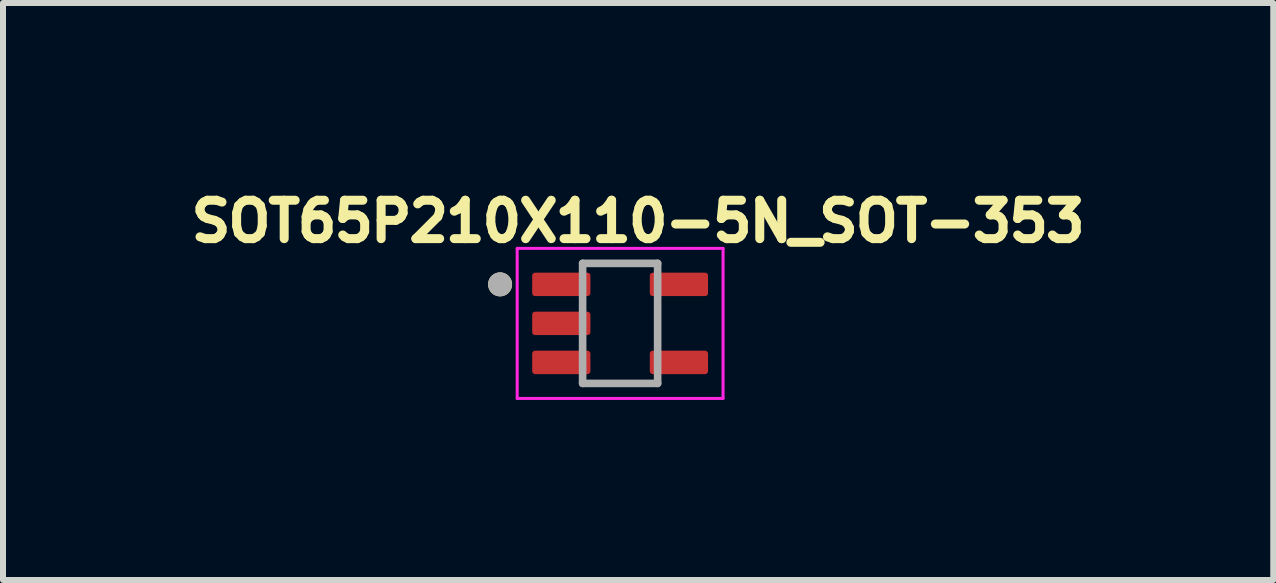
<source format=kicad_pcb>
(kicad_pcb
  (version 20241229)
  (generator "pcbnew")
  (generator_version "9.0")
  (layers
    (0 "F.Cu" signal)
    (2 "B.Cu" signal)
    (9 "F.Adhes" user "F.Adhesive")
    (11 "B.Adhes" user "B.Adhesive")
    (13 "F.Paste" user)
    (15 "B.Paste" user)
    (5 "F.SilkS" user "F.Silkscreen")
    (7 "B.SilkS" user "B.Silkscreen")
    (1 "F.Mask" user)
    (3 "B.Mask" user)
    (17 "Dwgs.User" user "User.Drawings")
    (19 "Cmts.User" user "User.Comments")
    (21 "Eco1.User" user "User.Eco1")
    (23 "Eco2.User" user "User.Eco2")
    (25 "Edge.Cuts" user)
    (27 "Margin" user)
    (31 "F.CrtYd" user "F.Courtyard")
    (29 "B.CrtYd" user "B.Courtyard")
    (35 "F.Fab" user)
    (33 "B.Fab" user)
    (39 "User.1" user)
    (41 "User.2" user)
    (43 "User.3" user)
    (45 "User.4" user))
  (footprint "SOT65P210X110-5N_SOT-353"
    (layer "F.Cu")
    (at 7.282 2.338)
    (property "Reference" "SOT65P210X110-5N_SOT-353" (at 0.3 -1.7 0) (layer "F.SilkS") (effects (font (size 0.64 0.64) (thickness 0.15))))
    (attr smd)
    (fp_circle (center -2 -0.65) (end -1.9 -0.65) (stroke (width 0.2) (type solid)) (fill no) (layer "F.SilkS"))
    (fp_line (start -1.715 -1.25) (end -1.715 1.25) (stroke (width 0.05) (type solid)) (layer "F.CrtYd"))
    (fp_line (start -1.715 1.25) (end 1.715 1.25) (stroke (width 0.05) (type solid)) (layer "F.CrtYd"))
    (fp_line (start 1.715 -1.25) (end -1.715 -1.25) (stroke (width 0.05) (type solid)) (layer "F.CrtYd"))
    (fp_line (start 1.715 1.25) (end 1.715 -1.25) (stroke (width 0.05) (type solid)) (layer "F.CrtYd"))
    (fp_line (start -0.625 -1) (end -0.625 1) (stroke (width 0.127) (type solid)) (layer "F.Fab"))
    (fp_line (start -0.625 1) (end 0.625 1) (stroke (width 0.127) (type solid)) (layer "F.Fab"))
    (fp_line (start 0.625 -1) (end -0.625 -1) (stroke (width 0.127) (type solid)) (layer "F.Fab"))
    (fp_line (start 0.625 1) (end 0.625 -1) (stroke (width 0.127) (type solid)) (layer "F.Fab"))
    (fp_circle (center -2 -0.65) (end -1.9 -0.65) (stroke (width 0.2) (type solid)) (fill no) (layer "F.Fab"))
    (pad "1" smd roundrect (at -0.98 -0.65) (size 0.97 0.39) (layers "F.Cu" "F.Mask" "F.Paste") (roundrect_rratio 0.125))
    (pad "2" smd roundrect (at -0.98 0) (size 0.97 0.39) (layers "F.Cu" "F.Mask" "F.Paste") (roundrect_rratio 0.125))
    (pad "3" smd roundrect (at -0.98 0.65) (size 0.97 0.39) (layers "F.Cu" "F.Mask" "F.Paste") (roundrect_rratio 0.125))
    (pad "4" smd roundrect (at 0.98 0.65) (size 0.97 0.39) (layers "F.Cu" "F.Mask" "F.Paste") (roundrect_rratio 0.125))
    (pad "5" smd roundrect (at 0.98 -0.65) (size 0.97 0.39) (layers "F.Cu" "F.Mask" "F.Paste") (roundrect_rratio 0.125)))
  (gr_rect
    (start -3 -3)
    (end 18.164 6.613)
    (stroke (width 0.1) (type default))
    (fill no)
    (layer "Edge.Cuts")))
</source>
